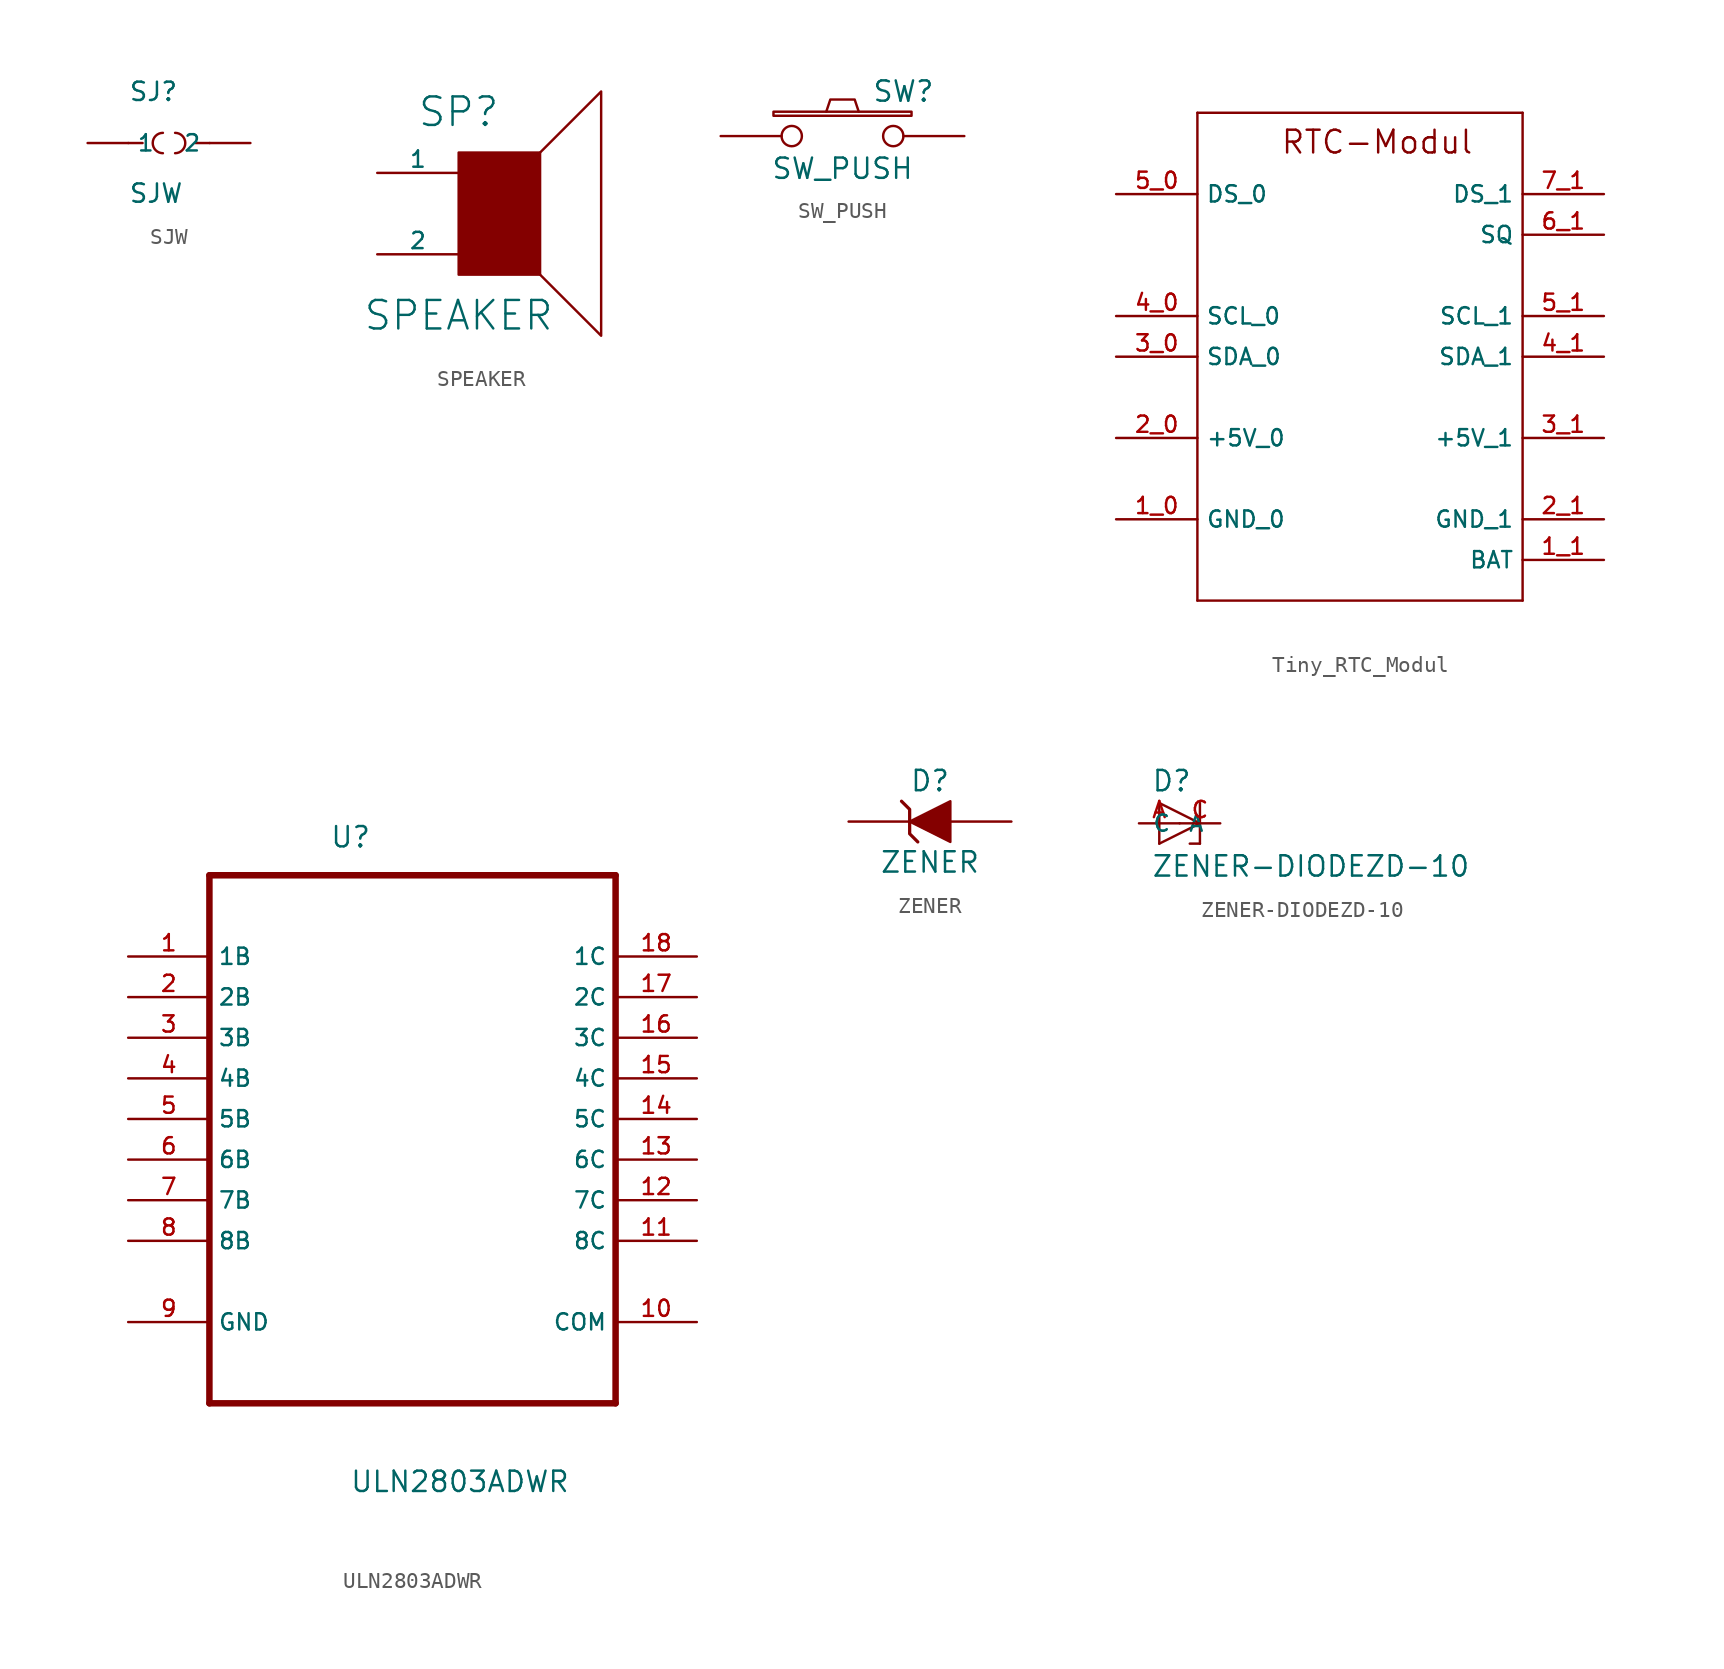
<source format=kicad_sym>
(kicad_symbol_lib
  (version 20220102)
  (generator kicad_symbol_editor)
  (symbol "SJW"
    (pin_numbers hide)
    (property "Reference" "SJ"
      (at -2.54 2.54 0)
      (effects (font (size 1.143 1.143)) (justify left bottom)))
    (property "Value" "SJW"
      (at -2.54 -3.81 0)
      (effects (font (size 1.143 1.143)) (justify left bottom)))
    (property "ki_locked" ""
      (at 0 0 0)
      (effects (font (size 1.27 1.27))))
    (symbol "SJW_1_0"
      (polyline (pts (xy -2.54 0) (xy -1.651 0)) (stroke (width 0) (type default)) (fill (type none)))
      (polyline (pts (xy 2.54 0) (xy 1.651 0)) (stroke (width 0) (type default)) (fill (type none))))
    (symbol "SJW_1_1"
      (arc (start -0.381 0.635) (mid -1.016 0) (end -0.381 -0.635) (stroke (width 0) (type default)) (fill (type none)))
      (arc (start 0.381 -0.635) (mid 1.016 0) (end 0.381 0.635) (stroke (width 0) (type default)) (fill (type none)))
      (pin passive line (at -5.08 0 0) (length 2.54) (name "1" (effects (font (size 1.016 1.016)))) (number "1" (effects (font (size 1.016 1.016)))))
      (pin passive line (at 5.08 0 180) (length 2.54) (name "2" (effects (font (size 1.016 1.016)))) (number "2" (effects (font (size 1.016 1.016)))))))
  (symbol "SPEAKER"
    (pin_numbers hide)
    (pin_names
      (offset 0))
    (property "Reference" "SP"
      (at -2.54 6.35 0)
      (effects (font (size 1.778 1.778))))
    (property "Value" "SPEAKER"
      (at -2.54 -6.35 0)
      (effects (font (size 1.778 1.778))))
    (property "Footprint" ""
      (at 0 0 0)
      (effects (font (size 1.524 1.524))))
    (property "Datasheet" ""
      (at 0 0 0)
      (effects (font (size 1.524 1.524))))
    (symbol "SPEAKER_0_0"
      (polyline (pts (xy 2.54 3.81) (xy 6.35 7.62) (xy 6.35 -7.62) (xy 2.54 -3.81)) (stroke (width 0) (type default)) (fill (type none)))
      (polyline (pts (xy -2.54 3.81) (xy 2.54 3.81) (xy 2.54 -3.81) (xy -2.54 -3.81) (xy -2.54 3.81)) (stroke (width 0) (type default)) (fill (type outline))))
    (symbol "SPEAKER_1_1"
      (pin input line (at -7.62 2.54 0) (length 5.08) (name "1" (effects (font (size 1.016 1.016)))) (number "1" (effects (font (size 1.016 1.016)))))
      (pin input line (at -7.62 -2.54 0) (length 5.08) (name "2" (effects (font (size 1.016 1.016)))) (number "2" (effects (font (size 1.016 1.016)))))))
  (symbol "SW_PUSH"
    (pin_numbers hide)
    (pin_names hide)
    (property "Reference" "SW"
      (at 3.81 2.794 0)
      (effects (font (size 1.27 1.27))))
    (property "Value" "SW_PUSH"
      (at 0 -2.032 0)
      (effects (font (size 1.27 1.27))))
    (property "Footprint" ""
      (at 0 0 0)
      (effects (font (size 1.524 1.524))))
    (property "Datasheet" ""
      (at 0 0 0)
      (effects (font (size 1.524 1.524))))
    (symbol "SW_PUSH_0_1"
      (rectangle (start -4.318 1.27) (end 4.318 1.524) (stroke (width 0) (type default)) (fill (type none)))
      (polyline (pts (xy -1.016 1.524) (xy -0.762 2.286) (xy 0.762 2.286) (xy 1.016 1.524)) (stroke (width 0) (type default)) (fill (type none)))
      (pin passive inverted (at -7.62 0 0) (length 5.08) (name "1" (effects (font (size 1.524 1.524)))) (number "1" (effects (font (size 1.524 1.524)))))
      (pin passive inverted (at 7.62 0 180) (length 5.08) (name "2" (effects (font (size 1.524 1.524)))) (number "2" (effects (font (size 1.524 1.524)))))))
  (symbol "Tiny_RTC_Modul"
    (property "Reference" "MD"
      (at 0 0 0)
      (effects (font (size 1.143 1.143)) hide))
    (symbol "Tiny_RTC_Modul_1_0"
      (polyline (pts (xy -10.16 -15.24) (xy -10.16 15.24)) (stroke (width 0) (type default)) (fill (type none)))
      (polyline (pts (xy -10.16 15.24) (xy 10.16 15.24)) (stroke (width 0) (type default)) (fill (type none)))
      (polyline (pts (xy 10.16 -15.24) (xy -10.16 -15.24)) (stroke (width 0) (type default)) (fill (type none)))
      (polyline (pts (xy 10.16 15.24) (xy 10.16 -15.24)) (stroke (width 0) (type default)) (fill (type none)))
      (text "RTC-Modul" (at 1.067 13.411 0) (effects (font (size 1.422 1.422)))))
    (symbol "Tiny_RTC_Modul_1_1"
      (pin power_in line (at -15.24 -10.16 0) (length 5.08) (name "GND_0" (effects (font (size 1.016 1.016)))) (number "1_0" (effects (font (size 1.016 1.016)))))
      (pin power_in line (at 15.24 -12.7 180) (length 5.08) (name "BAT" (effects (font (size 1.016 1.016)))) (number "1_1" (effects (font (size 1.016 1.016)))))
      (pin power_in line (at -15.24 -5.08 0) (length 5.08) (name "+5V_0" (effects (font (size 1.016 1.016)))) (number "2_0" (effects (font (size 1.016 1.016)))))
      (pin power_in line (at 15.24 -10.16 180) (length 5.08) (name "GND_1" (effects (font (size 1.016 1.016)))) (number "2_1" (effects (font (size 1.016 1.016)))))
      (pin bidirectional line (at -15.24 0 0) (length 5.08) (name "SDA_0" (effects (font (size 1.016 1.016)))) (number "3_0" (effects (font (size 1.016 1.016)))))
      (pin power_in line (at 15.24 -5.08 180) (length 5.08) (name "+5V_1" (effects (font (size 1.016 1.016)))) (number "3_1" (effects (font (size 1.016 1.016)))))
      (pin bidirectional line (at -15.24 2.54 0) (length 5.08) (name "SCL_0" (effects (font (size 1.016 1.016)))) (number "4_0" (effects (font (size 1.016 1.016)))))
      (pin bidirectional line (at 15.24 0 180) (length 5.08) (name "SDA_1" (effects (font (size 1.016 1.016)))) (number "4_1" (effects (font (size 1.016 1.016)))))
      (pin bidirectional line (at -15.24 10.16 0) (length 5.08) (name "DS_0" (effects (font (size 1.016 1.016)))) (number "5_0" (effects (font (size 1.016 1.016)))))
      (pin bidirectional line (at 15.24 2.54 180) (length 5.08) (name "SCL_1" (effects (font (size 1.016 1.016)))) (number "5_1" (effects (font (size 1.016 1.016)))))
      (pin output line (at 15.24 7.62 180) (length 5.08) (name "SQ" (effects (font (size 1.016 1.016)))) (number "6_1" (effects (font (size 1.016 1.016)))))
      (pin bidirectional line (at 15.24 10.16 180) (length 5.08) (name "DS_1" (effects (font (size 1.016 1.016)))) (number "7_1" (effects (font (size 1.016 1.016)))))))
  (symbol "ULN2803ADWR"
    (property "Reference" "U"
      (at -5.182 15.088 0)
      (effects (font (size 1.27 1.27)) (justify left)))
    (property "Value" "ULN2803ADWR"
      (at -3.937 -25.222 0)
      (effects (font (size 1.27 1.27)) (justify left)))
    (symbol "ULN2803ADWR_0_0"
      (polyline (pts (xy -12.7 -20.32) (xy 12.7 -20.32)) (stroke (width 0.406) (type default)) (fill (type none)))
      (polyline (pts (xy -12.7 12.7) (xy -12.7 -20.32)) (stroke (width 0.406) (type default)) (fill (type none)))
      (polyline (pts (xy 12.7 -20.32) (xy 12.7 12.7)) (stroke (width 0.406) (type default)) (fill (type none)))
      (polyline (pts (xy 12.7 12.7) (xy -12.7 12.7)) (stroke (width 0.406) (type default)) (fill (type none)))
      (pin input line (at -17.78 7.62 0) (length 5.08) (name "1B" (effects (font (size 1.016 1.016)))) (number "1" (effects (font (size 1.016 1.016)))))
      (pin output line (at 17.78 -15.24 180) (length 5.08) (name "COM" (effects (font (size 1.016 1.016)))) (number "10" (effects (font (size 1.016 1.016)))))
      (pin output line (at 17.78 -10.16 180) (length 5.08) (name "8C" (effects (font (size 1.016 1.016)))) (number "11" (effects (font (size 1.016 1.016)))))
      (pin output line (at 17.78 -7.62 180) (length 5.08) (name "7C" (effects (font (size 1.016 1.016)))) (number "12" (effects (font (size 1.016 1.016)))))
      (pin output line (at 17.78 -5.08 180) (length 5.08) (name "6C" (effects (font (size 1.016 1.016)))) (number "13" (effects (font (size 1.016 1.016)))))
      (pin output line (at 17.78 -2.54 180) (length 5.08) (name "5C" (effects (font (size 1.016 1.016)))) (number "14" (effects (font (size 1.016 1.016)))))
      (pin output line (at 17.78 0 180) (length 5.08) (name "4C" (effects (font (size 1.016 1.016)))) (number "15" (effects (font (size 1.016 1.016)))))
      (pin output line (at 17.78 2.54 180) (length 5.08) (name "3C" (effects (font (size 1.016 1.016)))) (number "16" (effects (font (size 1.016 1.016)))))
      (pin output line (at 17.78 5.08 180) (length 5.08) (name "2C" (effects (font (size 1.016 1.016)))) (number "17" (effects (font (size 1.016 1.016)))))
      (pin output line (at 17.78 7.62 180) (length 5.08) (name "1C" (effects (font (size 1.016 1.016)))) (number "18" (effects (font (size 1.016 1.016)))))
      (pin input line (at -17.78 5.08 0) (length 5.08) (name "2B" (effects (font (size 1.016 1.016)))) (number "2" (effects (font (size 1.016 1.016)))))
      (pin input line (at -17.78 2.54 0) (length 5.08) (name "3B" (effects (font (size 1.016 1.016)))) (number "3" (effects (font (size 1.016 1.016)))))
      (pin input line (at -17.78 0 0) (length 5.08) (name "4B" (effects (font (size 1.016 1.016)))) (number "4" (effects (font (size 1.016 1.016)))))
      (pin input line (at -17.78 -2.54 0) (length 5.08) (name "5B" (effects (font (size 1.016 1.016)))) (number "5" (effects (font (size 1.016 1.016)))))
      (pin input line (at -17.78 -5.08 0) (length 5.08) (name "6B" (effects (font (size 1.016 1.016)))) (number "6" (effects (font (size 1.016 1.016)))))
      (pin input line (at -17.78 -7.62 0) (length 5.08) (name "7B" (effects (font (size 1.016 1.016)))) (number "7" (effects (font (size 1.016 1.016)))))
      (pin input line (at -17.78 -10.16 0) (length 5.08) (name "8B" (effects (font (size 1.016 1.016)))) (number "8" (effects (font (size 1.016 1.016)))))
      (pin passive line (at -17.78 -15.24 0) (length 5.08) (name "GND" (effects (font (size 1.016 1.016)))) (number "9" (effects (font (size 1.016 1.016)))))))
  (symbol "ZENER"
    (pin_numbers hide)
    (pin_names hide)
    (property "Reference" "D"
      (at 0 2.54 0)
      (effects (font (size 1.27 1.27))))
    (property "Value" "ZENER"
      (at 0 -2.54 0)
      (effects (font (size 1.27 1.27))))
    (property "Footprint" ""
      (at 0 0 0)
      (effects (font (size 1.27 1.27))))
    (property "Datasheet" ""
      (at 0 0 0)
      (effects (font (size 1.27 1.27))))
    (symbol "ZENER_0_1"
      (polyline (pts (xy -1.778 1.27) (xy -1.27 0.762) (xy -1.27 -0.762) (xy -0.762 -1.27) (xy -0.762 -1.27)) (stroke (width 0.203) (type default)) (fill (type none)))
      (polyline (pts (xy -1.27 0) (xy 1.27 1.27) (xy 1.27 -1.27) (xy -1.27 0) (xy -1.27 0)) (stroke (width 0) (type default)) (fill (type outline))))
    (symbol "ZENER_1_1"
      (pin passive line (at -5.08 0 0) (length 3.81) (name "K" (effects (font (size 1.27 1.27)))) (number "1" (effects (font (size 1.27 1.27)))))
      (pin passive line (at 5.08 0 180) (length 3.81) (name "A" (effects (font (size 1.27 1.27)))) (number "2" (effects (font (size 1.27 1.27)))))))
  (symbol "ZENER-DIODEZD-10"
    (property "Reference" "D"
      (at -1.778 1.905 0)
      (effects (font (size 1.27 1.27)) (justify left bottom)))
    (property "Value" "ZENER-DIODEZD-10"
      (at -1.778 -3.429 0)
      (effects (font (size 1.27 1.27)) (justify left bottom)))
    (property "Datasheet" ""
      (at 0 0 0)
      (effects (font (size 1.524 1.524))))
    (property "ki_locked" ""
      (at 0 0 0)
      (effects (font (size 1.27 1.27))))
    (symbol "ZENER-DIODEZD-10_1_0"
      (polyline (pts (xy -1.27 -1.27) (xy 1.27 0)) (stroke (width 0) (type default)) (fill (type none)))
      (polyline (pts (xy -1.27 1.27) (xy -1.27 -1.27)) (stroke (width 0) (type default)) (fill (type none)))
      (polyline (pts (xy 1.27 -1.27) (xy 0.635 -1.27)) (stroke (width 0) (type default)) (fill (type none)))
      (polyline (pts (xy 1.27 0) (xy -1.27 1.27)) (stroke (width 0) (type default)) (fill (type none)))
      (polyline (pts (xy 1.27 0) (xy 1.27 -1.27)) (stroke (width 0) (type default)) (fill (type none)))
      (polyline (pts (xy 1.27 1.27) (xy 1.27 0)) (stroke (width 0) (type default)) (fill (type none))))
    (symbol "ZENER-DIODEZD-10_1_1"
      (pin passive line (at -2.54 0 0) (length 2.54) (name "A" (effects (font (size 1.016 1.016)))) (number "A" (effects (font (size 1.016 1.016)))))
      (pin passive line (at 2.54 0 180) (length 2.54) (name "C" (effects (font (size 1.016 1.016)))) (number "C" (effects (font (size 1.016 1.016))))))))
</source>
